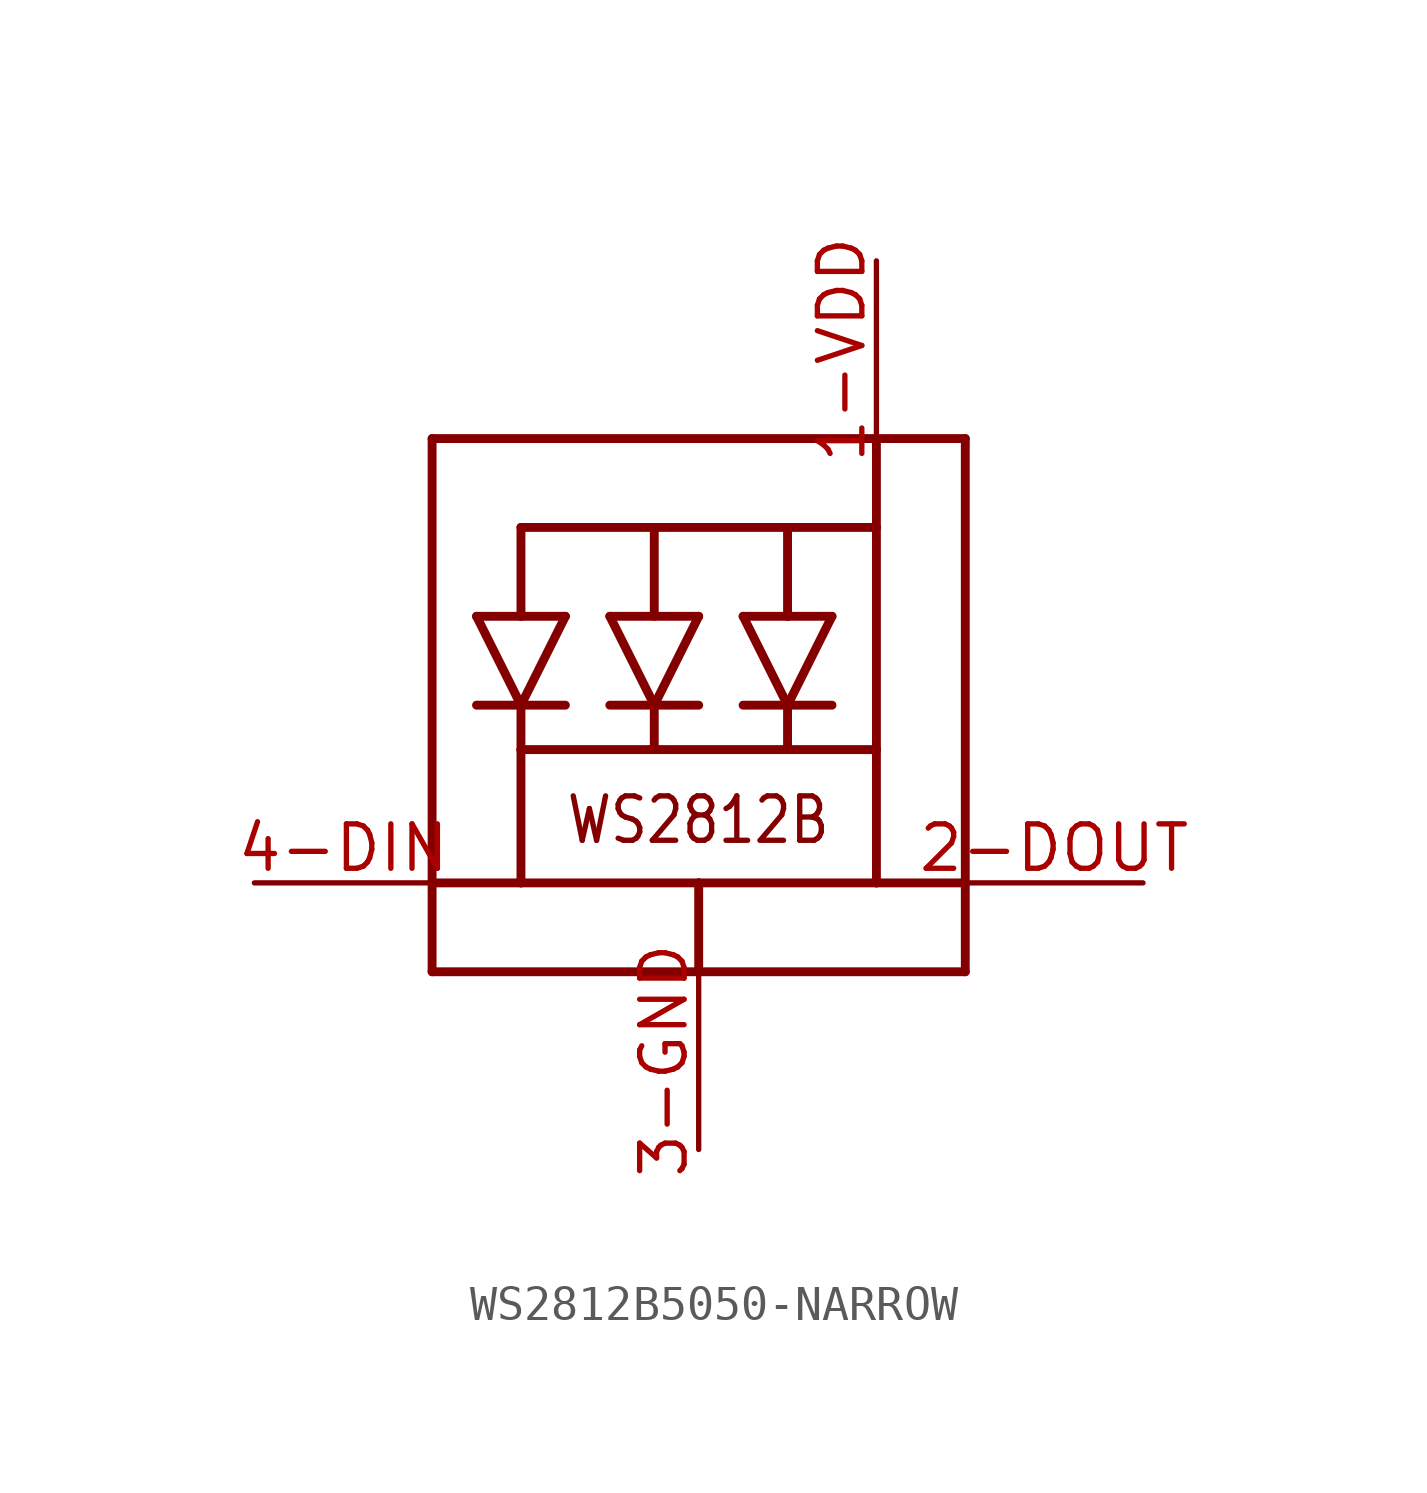
<source format=kicad_sym>
(kicad_symbol_lib
  (version 20231120)
  (generator "kicad_symbol_editor")
  (generator_version "8.0")
  (symbol "WS2812B5050-NARROW"
    (property "Reference" "LED"
      (at 0 0 0)
      (effects (font (size 1.27 1.27)) (hide yes)))
    (property "ki_locked" ""
      (at 0 0 0)
      (effects (font (size 1.27 1.27))))
    (symbol "WS2812B5050-NARROW_1_0"
      (polyline (pts (xy -7.62 -5.08) (xy 0 -5.08)) (stroke (width 0.254) (type solid)) (fill (type none)))
      (polyline (pts (xy -7.62 -2.54) (xy -7.62 -5.08)) (stroke (width 0.254) (type solid)) (fill (type none)))
      (polyline (pts (xy -7.62 10.16) (xy -7.62 -2.54)) (stroke (width 0.254) (type solid)) (fill (type none)))
      (polyline (pts (xy -6.35 2.54) (xy -5.08 2.54)) (stroke (width 0.254) (type solid)) (fill (type none)))
      (polyline (pts (xy -6.35 5.08) (xy -5.08 5.08)) (stroke (width 0.254) (type solid)) (fill (type none)))
      (polyline (pts (xy -5.08 -2.54) (xy -7.62 -2.54)) (stroke (width 0.254) (type solid)) (fill (type none)))
      (polyline (pts (xy -5.08 -2.54) (xy 0 -2.54)) (stroke (width 0.254) (type solid)) (fill (type none)))
      (polyline (pts (xy -5.08 1.27) (xy -5.08 -2.54)) (stroke (width 0.254) (type solid)) (fill (type none)))
      (polyline (pts (xy -5.08 2.54) (xy -6.35 5.08)) (stroke (width 0.254) (type solid)) (fill (type none)))
      (polyline (pts (xy -5.08 2.54) (xy -5.08 1.27)) (stroke (width 0.254) (type solid)) (fill (type none)))
      (polyline (pts (xy -5.08 2.54) (xy -3.81 5.08)) (stroke (width 0.254) (type solid)) (fill (type none)))
      (polyline (pts (xy -5.08 5.08) (xy -3.81 5.08)) (stroke (width 0.254) (type solid)) (fill (type none)))
      (polyline (pts (xy -5.08 7.62) (xy -5.08 5.08)) (stroke (width 0.254) (type solid)) (fill (type none)))
      (polyline (pts (xy -3.81 2.54) (xy -5.08 2.54)) (stroke (width 0.254) (type solid)) (fill (type none)))
      (polyline (pts (xy -2.54 2.54) (xy -1.27 2.54)) (stroke (width 0.254) (type solid)) (fill (type none)))
      (polyline (pts (xy -2.54 5.08) (xy 0 5.08)) (stroke (width 0.254) (type solid)) (fill (type none)))
      (polyline (pts (xy -1.27 1.27) (xy -5.08 1.27)) (stroke (width 0.254) (type solid)) (fill (type none)))
      (polyline (pts (xy -1.27 2.54) (xy -2.54 5.08)) (stroke (width 0.254) (type solid)) (fill (type none)))
      (polyline (pts (xy -1.27 2.54) (xy -1.27 1.27)) (stroke (width 0.254) (type solid)) (fill (type none)))
      (polyline (pts (xy -1.27 2.54) (xy 0 2.54)) (stroke (width 0.254) (type solid)) (fill (type none)))
      (polyline (pts (xy -1.27 5.08) (xy -1.27 7.62)) (stroke (width 0.254) (type solid)) (fill (type none)))
      (polyline (pts (xy -1.27 7.62) (xy -5.08 7.62)) (stroke (width 0.254) (type solid)) (fill (type none)))
      (polyline (pts (xy 0 -5.08) (xy 7.62 -5.08)) (stroke (width 0.254) (type solid)) (fill (type none)))
      (polyline (pts (xy 0 -2.54) (xy 0 -5.08)) (stroke (width 0.254) (type solid)) (fill (type none)))
      (polyline (pts (xy 0 -2.54) (xy 5.08 -2.54)) (stroke (width 0.254) (type solid)) (fill (type none)))
      (polyline (pts (xy 0 5.08) (xy -1.27 2.54)) (stroke (width 0.254) (type solid)) (fill (type none)))
      (polyline (pts (xy 1.27 5.08) (xy 2.54 2.54)) (stroke (width 0.254) (type solid)) (fill (type none)))
      (polyline (pts (xy 1.27 5.08) (xy 2.54 5.08)) (stroke (width 0.254) (type solid)) (fill (type none)))
      (polyline (pts (xy 2.54 1.27) (xy -1.27 1.27)) (stroke (width 0.254) (type solid)) (fill (type none)))
      (polyline (pts (xy 2.54 2.54) (xy 1.27 2.54)) (stroke (width 0.254) (type solid)) (fill (type none)))
      (polyline (pts (xy 2.54 2.54) (xy 2.54 1.27)) (stroke (width 0.254) (type solid)) (fill (type none)))
      (polyline (pts (xy 2.54 2.54) (xy 3.81 2.54)) (stroke (width 0.254) (type solid)) (fill (type none)))
      (polyline (pts (xy 2.54 2.54) (xy 3.81 5.08)) (stroke (width 0.254) (type solid)) (fill (type none)))
      (polyline (pts (xy 2.54 5.08) (xy 2.54 7.62)) (stroke (width 0.254) (type solid)) (fill (type none)))
      (polyline (pts (xy 2.54 7.62) (xy -1.27 7.62)) (stroke (width 0.254) (type solid)) (fill (type none)))
      (polyline (pts (xy 2.54 7.62) (xy 5.08 7.62)) (stroke (width 0.254) (type solid)) (fill (type none)))
      (polyline (pts (xy 3.81 5.08) (xy 2.54 5.08)) (stroke (width 0.254) (type solid)) (fill (type none)))
      (polyline (pts (xy 5.08 -2.54) (xy 5.08 1.27)) (stroke (width 0.254) (type solid)) (fill (type none)))
      (polyline (pts (xy 5.08 -2.54) (xy 7.62 -2.54)) (stroke (width 0.254) (type solid)) (fill (type none)))
      (polyline (pts (xy 5.08 1.27) (xy 2.54 1.27)) (stroke (width 0.254) (type solid)) (fill (type none)))
      (polyline (pts (xy 5.08 7.62) (xy 5.08 1.27)) (stroke (width 0.254) (type solid)) (fill (type none)))
      (polyline (pts (xy 5.08 10.16) (xy -7.62 10.16)) (stroke (width 0.254) (type solid)) (fill (type none)))
      (polyline (pts (xy 5.08 10.16) (xy 5.08 7.62)) (stroke (width 0.254) (type solid)) (fill (type none)))
      (polyline (pts (xy 7.62 -5.08) (xy 7.62 -2.54)) (stroke (width 0.254) (type solid)) (fill (type none)))
      (polyline (pts (xy 7.62 -2.54) (xy 7.62 10.16)) (stroke (width 0.254) (type solid)) (fill (type none)))
      (polyline (pts (xy 7.62 10.16) (xy 5.08 10.16)) (stroke (width 0.254) (type solid)) (fill (type none)))
      (text "WS2812B" (at 3.81 0 0) (effects (font (size 1.27 1.079)) (justify right top)))
      (pin power_in line (at 5.08 15.24 270) (length 5.08) (name "VDD" (effects (font (size 0 0)))) (number "1-VDD" (effects (font (size 1.27 1.27)))))
      (pin output line (at 12.7 -2.54 180) (length 5.08) (name "DO" (effects (font (size 0 0)))) (number "2-DOUT" (effects (font (size 1.27 1.27)))))
      (pin power_in line (at 0 -10.16 90) (length 5.08) (name "GND" (effects (font (size 0 0)))) (number "3-GND" (effects (font (size 1.27 1.27)))))
      (pin input line (at -12.7 -2.54 0) (length 5.08) (name "DI" (effects (font (size 0 0)))) (number "4-DIN" (effects (font (size 1.27 1.27))))))))
</source>
